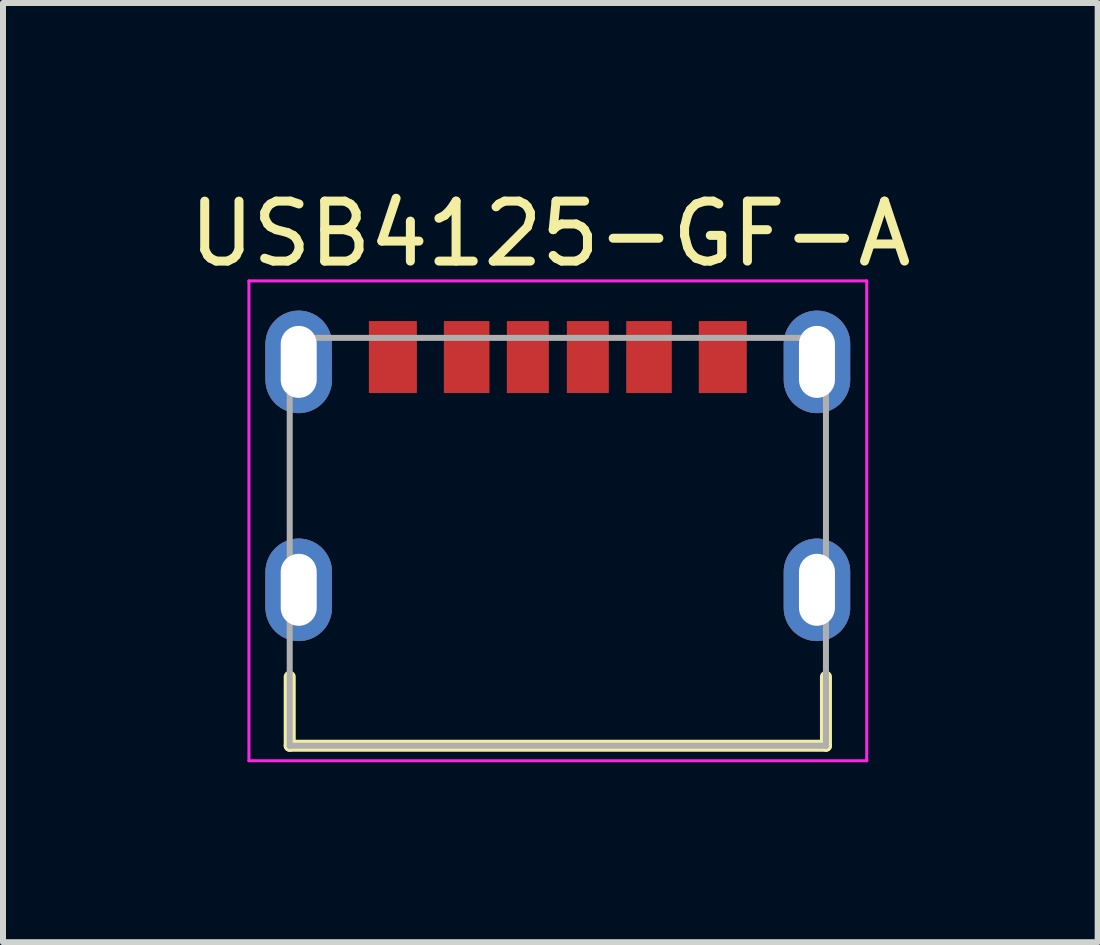
<source format=kicad_pcb>
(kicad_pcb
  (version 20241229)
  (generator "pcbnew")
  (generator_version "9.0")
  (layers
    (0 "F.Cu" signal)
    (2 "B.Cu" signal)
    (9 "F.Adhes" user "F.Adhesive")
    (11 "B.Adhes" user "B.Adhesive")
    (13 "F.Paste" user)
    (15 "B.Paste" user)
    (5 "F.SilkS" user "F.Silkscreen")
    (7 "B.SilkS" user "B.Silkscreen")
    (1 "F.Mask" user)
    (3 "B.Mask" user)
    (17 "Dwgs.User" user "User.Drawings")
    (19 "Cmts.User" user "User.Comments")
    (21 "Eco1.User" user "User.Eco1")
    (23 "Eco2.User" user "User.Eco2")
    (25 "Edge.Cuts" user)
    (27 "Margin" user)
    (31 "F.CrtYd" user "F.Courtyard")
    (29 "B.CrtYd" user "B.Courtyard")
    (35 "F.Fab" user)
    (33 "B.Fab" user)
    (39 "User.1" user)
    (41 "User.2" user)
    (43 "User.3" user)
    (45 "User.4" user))
  (footprint "USB4125-GF-A"
    (layer "F.Cu")
    (at 6.25 5.983)
    (property "Reference" "USB4125-GF-A" (at -0.125 -5.135 0) (layer "F.SilkS") (effects (font (size 1 1) (thickness 0.15))))
    (attr through_hole)
    (fp_poly (pts (xy -4.32 -3.85) (xy -4.349 -3.849) (xy -4.377 -3.847) (xy -4.406 -3.843) (xy -4.434 -3.838) (xy -4.462 -3.831) (xy -4.49 -3.823) (xy -4.517 -3.813) (xy -4.544 -3.802) (xy -4.57 -3.79) (xy -4.595 -3.776) (xy -4.62 -3.761) (xy -4.643 -3.745) (xy -4.666 -3.727) (xy -4.688 -3.709) (xy -4.709 -3.689) (xy -4.729 -3.668) (xy -4.747 -3.646) (xy -4.765 -3.623) (xy -4.781 -3.6) (xy -4.796 -3.575) (xy -4.81 -3.55) (xy -4.822 -3.524) (xy -4.833 -3.497) (xy -4.843 -3.47) (xy -4.851 -3.442) (xy -4.858 -3.414) (xy -4.863 -3.386) (xy -4.867 -3.357) (xy -4.869 -3.329) (xy -4.87 -3.3) (xy -4.87 -2.7) (xy -4.869 -2.671) (xy -4.867 -2.643) (xy -4.863 -2.614) (xy -4.858 -2.586) (xy -4.851 -2.558) (xy -4.843 -2.53) (xy -4.833 -2.503) (xy -4.822 -2.476) (xy -4.81 -2.45) (xy -4.796 -2.425) (xy -4.781 -2.4) (xy -4.765 -2.377) (xy -4.747 -2.354) (xy -4.729 -2.332) (xy -4.709 -2.311) (xy -4.688 -2.291) (xy -4.666 -2.273) (xy -4.643 -2.255) (xy -4.62 -2.239) (xy -4.595 -2.224) (xy -4.57 -2.21) (xy -4.544 -2.198) (xy -4.517 -2.187) (xy -4.49 -2.177) (xy -4.462 -2.169) (xy -4.434 -2.162) (xy -4.406 -2.157) (xy -4.377 -2.153) (xy -4.349 -2.151) (xy -4.32 -2.15) (xy -4.291 -2.151) (xy -4.263 -2.153) (xy -4.234 -2.157) (xy -4.206 -2.162) (xy -4.178 -2.169) (xy -4.15 -2.177) (xy -4.123 -2.187) (xy -4.096 -2.198) (xy -4.07 -2.21) (xy -4.045 -2.224) (xy -4.02 -2.239) (xy -3.997 -2.255) (xy -3.974 -2.273) (xy -3.952 -2.291) (xy -3.931 -2.311) (xy -3.911 -2.332) (xy -3.893 -2.354) (xy -3.875 -2.377) (xy -3.859 -2.4) (xy -3.844 -2.425) (xy -3.83 -2.45) (xy -3.818 -2.476) (xy -3.807 -2.503) (xy -3.797 -2.53) (xy -3.789 -2.558) (xy -3.782 -2.586) (xy -3.777 -2.614) (xy -3.773 -2.643) (xy -3.771 -2.671) (xy -3.77 -2.7) (xy -3.77 -3.3) (xy -3.771 -3.329) (xy -3.773 -3.357) (xy -3.777 -3.386) (xy -3.782 -3.414) (xy -3.789 -3.442) (xy -3.797 -3.47) (xy -3.807 -3.497) (xy -3.818 -3.524) (xy -3.83 -3.55) (xy -3.844 -3.575) (xy -3.859 -3.6) (xy -3.875 -3.623) (xy -3.893 -3.646) (xy -3.911 -3.668) (xy -3.931 -3.689) (xy -3.952 -3.709) (xy -3.974 -3.727) (xy -3.997 -3.745) (xy -4.02 -3.761) (xy -4.045 -3.776) (xy -4.07 -3.79) (xy -4.096 -3.802) (xy -4.123 -3.813) (xy -4.15 -3.823) (xy -4.178 -3.831) (xy -4.206 -3.838) (xy -4.234 -3.843) (xy -4.263 -3.847) (xy -4.291 -3.849) (xy -4.32 -3.85)) (stroke (width 0.01) (type solid)) (fill yes) (layer "F.Cu"))
    (fp_poly (pts (xy -4.32 -0.05) (xy -4.349 -0.049) (xy -4.377 -0.047) (xy -4.406 -0.043) (xy -4.434 -0.038) (xy -4.462 -0.031) (xy -4.49 -0.023) (xy -4.517 -0.013) (xy -4.544 -0.002) (xy -4.57 0.01) (xy -4.595 0.024) (xy -4.62 0.039) (xy -4.643 0.055) (xy -4.666 0.073) (xy -4.688 0.091) (xy -4.709 0.111) (xy -4.729 0.132) (xy -4.747 0.154) (xy -4.765 0.177) (xy -4.781 0.2) (xy -4.796 0.225) (xy -4.81 0.25) (xy -4.822 0.276) (xy -4.833 0.303) (xy -4.843 0.33) (xy -4.851 0.358) (xy -4.858 0.386) (xy -4.863 0.414) (xy -4.867 0.443) (xy -4.869 0.471) (xy -4.87 0.5) (xy -4.87 1.1) (xy -4.869 1.129) (xy -4.867 1.157) (xy -4.863 1.186) (xy -4.858 1.214) (xy -4.851 1.242) (xy -4.843 1.27) (xy -4.833 1.297) (xy -4.822 1.324) (xy -4.81 1.35) (xy -4.796 1.375) (xy -4.781 1.4) (xy -4.765 1.423) (xy -4.747 1.446) (xy -4.729 1.468) (xy -4.709 1.489) (xy -4.688 1.509) (xy -4.666 1.527) (xy -4.643 1.545) (xy -4.62 1.561) (xy -4.595 1.576) (xy -4.57 1.59) (xy -4.544 1.602) (xy -4.517 1.613) (xy -4.49 1.623) (xy -4.462 1.631) (xy -4.434 1.638) (xy -4.406 1.643) (xy -4.377 1.647) (xy -4.349 1.649) (xy -4.32 1.65) (xy -4.291 1.649) (xy -4.263 1.647) (xy -4.234 1.643) (xy -4.206 1.638) (xy -4.178 1.631) (xy -4.15 1.623) (xy -4.123 1.613) (xy -4.096 1.602) (xy -4.07 1.59) (xy -4.045 1.576) (xy -4.02 1.561) (xy -3.997 1.545) (xy -3.974 1.527) (xy -3.952 1.509) (xy -3.931 1.489) (xy -3.911 1.468) (xy -3.893 1.446) (xy -3.875 1.423) (xy -3.859 1.4) (xy -3.844 1.375) (xy -3.83 1.35) (xy -3.818 1.324) (xy -3.807 1.297) (xy -3.797 1.27) (xy -3.789 1.242) (xy -3.782 1.214) (xy -3.777 1.186) (xy -3.773 1.157) (xy -3.771 1.129) (xy -3.77 1.1) (xy -3.77 0.5) (xy -3.771 0.471) (xy -3.773 0.443) (xy -3.777 0.414) (xy -3.782 0.386) (xy -3.789 0.358) (xy -3.797 0.33) (xy -3.807 0.303) (xy -3.818 0.276) (xy -3.83 0.25) (xy -3.844 0.225) (xy -3.859 0.2) (xy -3.875 0.177) (xy -3.893 0.154) (xy -3.911 0.132) (xy -3.931 0.111) (xy -3.952 0.091) (xy -3.974 0.073) (xy -3.997 0.055) (xy -4.02 0.039) (xy -4.045 0.024) (xy -4.07 0.01) (xy -4.096 -0.002) (xy -4.123 -0.013) (xy -4.15 -0.023) (xy -4.178 -0.031) (xy -4.206 -0.038) (xy -4.234 -0.043) (xy -4.263 -0.047) (xy -4.291 -0.049) (xy -4.32 -0.05)) (stroke (width 0.01) (type solid)) (fill yes) (layer "F.Cu"))
    (fp_poly (pts (xy 4.32 -3.85) (xy 4.291 -3.849) (xy 4.263 -3.847) (xy 4.234 -3.843) (xy 4.206 -3.838) (xy 4.178 -3.831) (xy 4.15 -3.823) (xy 4.123 -3.813) (xy 4.096 -3.802) (xy 4.07 -3.79) (xy 4.045 -3.776) (xy 4.02 -3.761) (xy 3.997 -3.745) (xy 3.974 -3.727) (xy 3.952 -3.709) (xy 3.931 -3.689) (xy 3.911 -3.668) (xy 3.893 -3.646) (xy 3.875 -3.623) (xy 3.859 -3.6) (xy 3.844 -3.575) (xy 3.83 -3.55) (xy 3.818 -3.524) (xy 3.807 -3.497) (xy 3.797 -3.47) (xy 3.789 -3.442) (xy 3.782 -3.414) (xy 3.777 -3.386) (xy 3.773 -3.357) (xy 3.771 -3.329) (xy 3.77 -3.3) (xy 3.77 -2.7) (xy 3.771 -2.671) (xy 3.773 -2.643) (xy 3.777 -2.614) (xy 3.782 -2.586) (xy 3.789 -2.558) (xy 3.797 -2.53) (xy 3.807 -2.503) (xy 3.818 -2.476) (xy 3.83 -2.45) (xy 3.844 -2.425) (xy 3.859 -2.4) (xy 3.875 -2.377) (xy 3.893 -2.354) (xy 3.911 -2.332) (xy 3.931 -2.311) (xy 3.952 -2.291) (xy 3.974 -2.273) (xy 3.997 -2.255) (xy 4.02 -2.239) (xy 4.045 -2.224) (xy 4.07 -2.21) (xy 4.096 -2.198) (xy 4.123 -2.187) (xy 4.15 -2.177) (xy 4.178 -2.169) (xy 4.206 -2.162) (xy 4.234 -2.157) (xy 4.263 -2.153) (xy 4.291 -2.151) (xy 4.32 -2.15) (xy 4.349 -2.151) (xy 4.377 -2.153) (xy 4.406 -2.157) (xy 4.434 -2.162) (xy 4.462 -2.169) (xy 4.49 -2.177) (xy 4.517 -2.187) (xy 4.544 -2.198) (xy 4.57 -2.21) (xy 4.595 -2.224) (xy 4.62 -2.239) (xy 4.643 -2.255) (xy 4.666 -2.273) (xy 4.688 -2.291) (xy 4.709 -2.311) (xy 4.729 -2.332) (xy 4.747 -2.354) (xy 4.765 -2.377) (xy 4.781 -2.4) (xy 4.796 -2.425) (xy 4.81 -2.45) (xy 4.822 -2.476) (xy 4.833 -2.503) (xy 4.843 -2.53) (xy 4.851 -2.558) (xy 4.858 -2.586) (xy 4.863 -2.614) (xy 4.867 -2.643) (xy 4.869 -2.671) (xy 4.87 -2.7) (xy 4.87 -3.3) (xy 4.869 -3.329) (xy 4.867 -3.357) (xy 4.863 -3.386) (xy 4.858 -3.414) (xy 4.851 -3.442) (xy 4.843 -3.47) (xy 4.833 -3.497) (xy 4.822 -3.524) (xy 4.81 -3.55) (xy 4.796 -3.575) (xy 4.781 -3.6) (xy 4.765 -3.623) (xy 4.747 -3.646) (xy 4.729 -3.668) (xy 4.709 -3.689) (xy 4.688 -3.709) (xy 4.666 -3.727) (xy 4.643 -3.745) (xy 4.62 -3.761) (xy 4.595 -3.776) (xy 4.57 -3.79) (xy 4.544 -3.802) (xy 4.517 -3.813) (xy 4.49 -3.823) (xy 4.462 -3.831) (xy 4.434 -3.838) (xy 4.406 -3.843) (xy 4.377 -3.847) (xy 4.349 -3.849) (xy 4.32 -3.85)) (stroke (width 0.01) (type solid)) (fill yes) (layer "F.Cu"))
    (fp_poly (pts (xy 4.32 -0.05) (xy 4.291 -0.049) (xy 4.263 -0.047) (xy 4.234 -0.043) (xy 4.206 -0.038) (xy 4.178 -0.031) (xy 4.15 -0.023) (xy 4.123 -0.013) (xy 4.096 -0.002) (xy 4.07 0.01) (xy 4.045 0.024) (xy 4.02 0.039) (xy 3.997 0.055) (xy 3.974 0.073) (xy 3.952 0.091) (xy 3.931 0.111) (xy 3.911 0.132) (xy 3.893 0.154) (xy 3.875 0.177) (xy 3.859 0.2) (xy 3.844 0.225) (xy 3.83 0.25) (xy 3.818 0.276) (xy 3.807 0.303) (xy 3.797 0.33) (xy 3.789 0.358) (xy 3.782 0.386) (xy 3.777 0.414) (xy 3.773 0.443) (xy 3.771 0.471) (xy 3.77 0.5) (xy 3.77 1.1) (xy 3.771 1.129) (xy 3.773 1.157) (xy 3.777 1.186) (xy 3.782 1.214) (xy 3.789 1.242) (xy 3.797 1.27) (xy 3.807 1.297) (xy 3.818 1.324) (xy 3.83 1.35) (xy 3.844 1.375) (xy 3.859 1.4) (xy 3.875 1.423) (xy 3.893 1.446) (xy 3.911 1.468) (xy 3.931 1.489) (xy 3.952 1.509) (xy 3.974 1.527) (xy 3.997 1.545) (xy 4.02 1.561) (xy 4.045 1.576) (xy 4.07 1.59) (xy 4.096 1.602) (xy 4.123 1.613) (xy 4.15 1.623) (xy 4.178 1.631) (xy 4.206 1.638) (xy 4.234 1.643) (xy 4.263 1.647) (xy 4.291 1.649) (xy 4.32 1.65) (xy 4.349 1.649) (xy 4.377 1.647) (xy 4.406 1.643) (xy 4.434 1.638) (xy 4.462 1.631) (xy 4.49 1.623) (xy 4.517 1.613) (xy 4.544 1.602) (xy 4.57 1.59) (xy 4.595 1.576) (xy 4.62 1.561) (xy 4.643 1.545) (xy 4.666 1.527) (xy 4.688 1.509) (xy 4.709 1.489) (xy 4.729 1.468) (xy 4.747 1.446) (xy 4.765 1.423) (xy 4.781 1.4) (xy 4.796 1.375) (xy 4.81 1.35) (xy 4.822 1.324) (xy 4.833 1.297) (xy 4.843 1.27) (xy 4.851 1.242) (xy 4.858 1.214) (xy 4.863 1.186) (xy 4.867 1.157) (xy 4.869 1.129) (xy 4.87 1.1) (xy 4.87 0.5) (xy 4.869 0.471) (xy 4.867 0.443) (xy 4.863 0.414) (xy 4.858 0.386) (xy 4.851 0.358) (xy 4.843 0.33) (xy 4.833 0.303) (xy 4.822 0.276) (xy 4.81 0.25) (xy 4.796 0.225) (xy 4.781 0.2) (xy 4.765 0.177) (xy 4.747 0.154) (xy 4.729 0.132) (xy 4.709 0.111) (xy 4.688 0.091) (xy 4.666 0.073) (xy 4.643 0.055) (xy 4.62 0.039) (xy 4.595 0.024) (xy 4.57 0.01) (xy 4.544 -0.002) (xy 4.517 -0.013) (xy 4.49 -0.023) (xy 4.462 -0.031) (xy 4.434 -0.038) (xy 4.406 -0.043) (xy 4.377 -0.047) (xy 4.349 -0.049) (xy 4.32 -0.05)) (stroke (width 0.01) (type solid)) (fill yes) (layer "F.Cu"))
    (fp_poly (pts (xy -4.32 -3.95) (xy -4.354 -3.949) (xy -4.388 -3.946) (xy -4.422 -3.942) (xy -4.455 -3.936) (xy -4.488 -3.928) (xy -4.521 -3.918) (xy -4.553 -3.907) (xy -4.584 -3.894) (xy -4.615 -3.879) (xy -4.645 -3.863) (xy -4.674 -3.845) (xy -4.702 -3.826) (xy -4.729 -3.805) (xy -4.755 -3.783) (xy -4.78 -3.76) (xy -4.803 -3.735) (xy -4.825 -3.709) (xy -4.846 -3.682) (xy -4.865 -3.654) (xy -4.883 -3.625) (xy -4.899 -3.595) (xy -4.914 -3.564) (xy -4.927 -3.533) (xy -4.938 -3.501) (xy -4.948 -3.468) (xy -4.956 -3.435) (xy -4.962 -3.402) (xy -4.966 -3.368) (xy -4.969 -3.334) (xy -4.97 -3.3) (xy -4.97 -2.7) (xy -4.969 -2.666) (xy -4.966 -2.632) (xy -4.962 -2.598) (xy -4.956 -2.565) (xy -4.948 -2.532) (xy -4.938 -2.499) (xy -4.927 -2.467) (xy -4.914 -2.436) (xy -4.899 -2.405) (xy -4.883 -2.375) (xy -4.865 -2.346) (xy -4.846 -2.318) (xy -4.825 -2.291) (xy -4.803 -2.265) (xy -4.78 -2.24) (xy -4.755 -2.217) (xy -4.729 -2.195) (xy -4.702 -2.174) (xy -4.674 -2.155) (xy -4.645 -2.137) (xy -4.615 -2.121) (xy -4.584 -2.106) (xy -4.553 -2.093) (xy -4.521 -2.082) (xy -4.488 -2.072) (xy -4.455 -2.064) (xy -4.422 -2.058) (xy -4.388 -2.054) (xy -4.354 -2.051) (xy -4.32 -2.05) (xy -4.286 -2.051) (xy -4.252 -2.054) (xy -4.218 -2.058) (xy -4.185 -2.064) (xy -4.152 -2.072) (xy -4.119 -2.082) (xy -4.087 -2.093) (xy -4.056 -2.106) (xy -4.025 -2.121) (xy -3.995 -2.137) (xy -3.966 -2.155) (xy -3.938 -2.174) (xy -3.911 -2.195) (xy -3.885 -2.217) (xy -3.86 -2.24) (xy -3.837 -2.265) (xy -3.815 -2.291) (xy -3.794 -2.318) (xy -3.775 -2.346) (xy -3.757 -2.375) (xy -3.741 -2.405) (xy -3.726 -2.436) (xy -3.713 -2.467) (xy -3.702 -2.499) (xy -3.692 -2.532) (xy -3.684 -2.565) (xy -3.678 -2.598) (xy -3.674 -2.632) (xy -3.671 -2.666) (xy -3.67 -2.7) (xy -3.67 -3.3) (xy -3.671 -3.334) (xy -3.674 -3.368) (xy -3.678 -3.402) (xy -3.684 -3.435) (xy -3.692 -3.468) (xy -3.702 -3.501) (xy -3.713 -3.533) (xy -3.726 -3.564) (xy -3.741 -3.595) (xy -3.757 -3.625) (xy -3.775 -3.654) (xy -3.794 -3.682) (xy -3.815 -3.709) (xy -3.837 -3.735) (xy -3.86 -3.76) (xy -3.885 -3.783) (xy -3.911 -3.805) (xy -3.938 -3.826) (xy -3.966 -3.845) (xy -3.995 -3.863) (xy -4.025 -3.879) (xy -4.056 -3.894) (xy -4.087 -3.907) (xy -4.119 -3.918) (xy -4.152 -3.928) (xy -4.185 -3.936) (xy -4.218 -3.942) (xy -4.252 -3.946) (xy -4.286 -3.949) (xy -4.32 -3.95)) (stroke (width 0.01) (type solid)) (fill yes) (layer "F.Mask"))
    (fp_poly (pts (xy -4.32 -0.15) (xy -4.354 -0.149) (xy -4.388 -0.146) (xy -4.422 -0.142) (xy -4.455 -0.136) (xy -4.488 -0.128) (xy -4.521 -0.118) (xy -4.553 -0.107) (xy -4.584 -0.094) (xy -4.615 -0.079) (xy -4.645 -0.063) (xy -4.674 -0.045) (xy -4.702 -0.026) (xy -4.729 -0.005) (xy -4.755 0.017) (xy -4.78 0.04) (xy -4.803 0.065) (xy -4.825 0.091) (xy -4.846 0.118) (xy -4.865 0.146) (xy -4.883 0.175) (xy -4.899 0.205) (xy -4.914 0.236) (xy -4.927 0.267) (xy -4.938 0.299) (xy -4.948 0.332) (xy -4.956 0.365) (xy -4.962 0.398) (xy -4.966 0.432) (xy -4.969 0.466) (xy -4.97 0.5) (xy -4.97 1.1) (xy -4.969 1.134) (xy -4.966 1.168) (xy -4.962 1.202) (xy -4.956 1.235) (xy -4.948 1.268) (xy -4.938 1.301) (xy -4.927 1.333) (xy -4.914 1.364) (xy -4.899 1.395) (xy -4.883 1.425) (xy -4.865 1.454) (xy -4.846 1.482) (xy -4.825 1.509) (xy -4.803 1.535) (xy -4.78 1.56) (xy -4.755 1.583) (xy -4.729 1.605) (xy -4.702 1.626) (xy -4.674 1.645) (xy -4.645 1.663) (xy -4.615 1.679) (xy -4.584 1.694) (xy -4.553 1.707) (xy -4.521 1.718) (xy -4.488 1.728) (xy -4.455 1.736) (xy -4.422 1.742) (xy -4.388 1.746) (xy -4.354 1.749) (xy -4.32 1.75) (xy -4.286 1.749) (xy -4.252 1.746) (xy -4.218 1.742) (xy -4.185 1.736) (xy -4.152 1.728) (xy -4.119 1.718) (xy -4.087 1.707) (xy -4.056 1.694) (xy -4.025 1.679) (xy -3.995 1.663) (xy -3.966 1.645) (xy -3.938 1.626) (xy -3.911 1.605) (xy -3.885 1.583) (xy -3.86 1.56) (xy -3.837 1.535) (xy -3.815 1.509) (xy -3.794 1.482) (xy -3.775 1.454) (xy -3.757 1.425) (xy -3.741 1.395) (xy -3.726 1.364) (xy -3.713 1.333) (xy -3.702 1.301) (xy -3.692 1.268) (xy -3.684 1.235) (xy -3.678 1.202) (xy -3.674 1.168) (xy -3.671 1.134) (xy -3.67 1.1) (xy -3.67 0.5) (xy -3.671 0.466) (xy -3.674 0.432) (xy -3.678 0.398) (xy -3.684 0.365) (xy -3.692 0.332) (xy -3.702 0.299) (xy -3.713 0.267) (xy -3.726 0.236) (xy -3.741 0.205) (xy -3.757 0.175) (xy -3.775 0.146) (xy -3.794 0.118) (xy -3.815 0.091) (xy -3.837 0.065) (xy -3.86 0.04) (xy -3.885 0.017) (xy -3.911 -0.005) (xy -3.938 -0.026) (xy -3.966 -0.045) (xy -3.995 -0.063) (xy -4.025 -0.079) (xy -4.056 -0.094) (xy -4.087 -0.107) (xy -4.119 -0.118) (xy -4.152 -0.128) (xy -4.185 -0.136) (xy -4.218 -0.142) (xy -4.252 -0.146) (xy -4.286 -0.149) (xy -4.32 -0.15)) (stroke (width 0.01) (type solid)) (fill yes) (layer "F.Mask"))
    (fp_poly (pts (xy 4.32 -3.95) (xy 4.286 -3.949) (xy 4.252 -3.946) (xy 4.218 -3.942) (xy 4.185 -3.936) (xy 4.152 -3.928) (xy 4.119 -3.918) (xy 4.087 -3.907) (xy 4.056 -3.894) (xy 4.025 -3.879) (xy 3.995 -3.863) (xy 3.966 -3.845) (xy 3.938 -3.826) (xy 3.911 -3.805) (xy 3.885 -3.783) (xy 3.86 -3.76) (xy 3.837 -3.735) (xy 3.815 -3.709) (xy 3.794 -3.682) (xy 3.775 -3.654) (xy 3.757 -3.625) (xy 3.741 -3.595) (xy 3.726 -3.564) (xy 3.713 -3.533) (xy 3.702 -3.501) (xy 3.692 -3.468) (xy 3.684 -3.435) (xy 3.678 -3.402) (xy 3.674 -3.368) (xy 3.671 -3.334) (xy 3.67 -3.3) (xy 3.67 -2.7) (xy 3.671 -2.666) (xy 3.674 -2.632) (xy 3.678 -2.598) (xy 3.684 -2.565) (xy 3.692 -2.532) (xy 3.702 -2.499) (xy 3.713 -2.467) (xy 3.726 -2.436) (xy 3.741 -2.405) (xy 3.757 -2.375) (xy 3.775 -2.346) (xy 3.794 -2.318) (xy 3.815 -2.291) (xy 3.837 -2.265) (xy 3.86 -2.24) (xy 3.885 -2.217) (xy 3.911 -2.195) (xy 3.938 -2.174) (xy 3.966 -2.155) (xy 3.995 -2.137) (xy 4.025 -2.121) (xy 4.056 -2.106) (xy 4.087 -2.093) (xy 4.119 -2.082) (xy 4.152 -2.072) (xy 4.185 -2.064) (xy 4.218 -2.058) (xy 4.252 -2.054) (xy 4.286 -2.051) (xy 4.32 -2.05) (xy 4.354 -2.051) (xy 4.388 -2.054) (xy 4.422 -2.058) (xy 4.455 -2.064) (xy 4.488 -2.072) (xy 4.521 -2.082) (xy 4.553 -2.093) (xy 4.584 -2.106) (xy 4.615 -2.121) (xy 4.645 -2.137) (xy 4.674 -2.155) (xy 4.702 -2.174) (xy 4.729 -2.195) (xy 4.755 -2.217) (xy 4.78 -2.24) (xy 4.803 -2.265) (xy 4.825 -2.291) (xy 4.846 -2.318) (xy 4.865 -2.346) (xy 4.883 -2.375) (xy 4.899 -2.405) (xy 4.914 -2.436) (xy 4.927 -2.467) (xy 4.938 -2.499) (xy 4.948 -2.532) (xy 4.956 -2.565) (xy 4.962 -2.598) (xy 4.966 -2.632) (xy 4.969 -2.666) (xy 4.97 -2.7) (xy 4.97 -3.3) (xy 4.969 -3.334) (xy 4.966 -3.368) (xy 4.962 -3.402) (xy 4.956 -3.435) (xy 4.948 -3.468) (xy 4.938 -3.501) (xy 4.927 -3.533) (xy 4.914 -3.564) (xy 4.899 -3.595) (xy 4.883 -3.625) (xy 4.865 -3.654) (xy 4.846 -3.682) (xy 4.825 -3.709) (xy 4.803 -3.735) (xy 4.78 -3.76) (xy 4.755 -3.783) (xy 4.729 -3.805) (xy 4.702 -3.826) (xy 4.674 -3.845) (xy 4.645 -3.863) (xy 4.615 -3.879) (xy 4.584 -3.894) (xy 4.553 -3.907) (xy 4.521 -3.918) (xy 4.488 -3.928) (xy 4.455 -3.936) (xy 4.422 -3.942) (xy 4.388 -3.946) (xy 4.354 -3.949) (xy 4.32 -3.95)) (stroke (width 0.01) (type solid)) (fill yes) (layer "F.Mask"))
    (fp_poly (pts (xy 4.32 -0.15) (xy 4.286 -0.149) (xy 4.252 -0.146) (xy 4.218 -0.142) (xy 4.185 -0.136) (xy 4.152 -0.128) (xy 4.119 -0.118) (xy 4.087 -0.107) (xy 4.056 -0.094) (xy 4.025 -0.079) (xy 3.995 -0.063) (xy 3.966 -0.045) (xy 3.938 -0.026) (xy 3.911 -0.005) (xy 3.885 0.017) (xy 3.86 0.04) (xy 3.837 0.065) (xy 3.815 0.091) (xy 3.794 0.118) (xy 3.775 0.146) (xy 3.757 0.175) (xy 3.741 0.205) (xy 3.726 0.236) (xy 3.713 0.267) (xy 3.702 0.299) (xy 3.692 0.332) (xy 3.684 0.365) (xy 3.678 0.398) (xy 3.674 0.432) (xy 3.671 0.466) (xy 3.67 0.5) (xy 3.67 1.1) (xy 3.671 1.134) (xy 3.674 1.168) (xy 3.678 1.202) (xy 3.684 1.235) (xy 3.692 1.268) (xy 3.702 1.301) (xy 3.713 1.333) (xy 3.726 1.364) (xy 3.741 1.395) (xy 3.757 1.425) (xy 3.775 1.454) (xy 3.794 1.482) (xy 3.815 1.509) (xy 3.837 1.535) (xy 3.86 1.56) (xy 3.885 1.583) (xy 3.911 1.605) (xy 3.938 1.626) (xy 3.966 1.645) (xy 3.995 1.663) (xy 4.025 1.679) (xy 4.056 1.694) (xy 4.087 1.707) (xy 4.119 1.718) (xy 4.152 1.728) (xy 4.185 1.736) (xy 4.218 1.742) (xy 4.252 1.746) (xy 4.286 1.749) (xy 4.32 1.75) (xy 4.354 1.749) (xy 4.388 1.746) (xy 4.422 1.742) (xy 4.455 1.736) (xy 4.488 1.728) (xy 4.521 1.718) (xy 4.553 1.707) (xy 4.584 1.694) (xy 4.615 1.679) (xy 4.645 1.663) (xy 4.674 1.645) (xy 4.702 1.626) (xy 4.729 1.605) (xy 4.755 1.583) (xy 4.78 1.56) (xy 4.803 1.535) (xy 4.825 1.509) (xy 4.846 1.482) (xy 4.865 1.454) (xy 4.883 1.425) (xy 4.899 1.395) (xy 4.914 1.364) (xy 4.927 1.333) (xy 4.938 1.301) (xy 4.948 1.268) (xy 4.956 1.235) (xy 4.962 1.202) (xy 4.966 1.168) (xy 4.969 1.134) (xy 4.97 1.1) (xy 4.97 0.5) (xy 4.969 0.466) (xy 4.966 0.432) (xy 4.962 0.398) (xy 4.956 0.365) (xy 4.948 0.332) (xy 4.938 0.299) (xy 4.927 0.267) (xy 4.914 0.236) (xy 4.899 0.205) (xy 4.883 0.175) (xy 4.865 0.146) (xy 4.846 0.118) (xy 4.825 0.091) (xy 4.803 0.065) (xy 4.78 0.04) (xy 4.755 0.017) (xy 4.729 -0.005) (xy 4.702 -0.026) (xy 4.674 -0.045) (xy 4.645 -0.063) (xy 4.615 -0.079) (xy 4.584 -0.094) (xy 4.553 -0.107) (xy 4.521 -0.118) (xy 4.488 -0.128) (xy 4.455 -0.136) (xy 4.422 -0.142) (xy 4.388 -0.146) (xy 4.354 -0.149) (xy 4.32 -0.15)) (stroke (width 0.01) (type solid)) (fill yes) (layer "F.Mask"))
    (fp_poly (pts (xy -4.32 -3.85) (xy -4.349 -3.849) (xy -4.377 -3.847) (xy -4.406 -3.843) (xy -4.434 -3.838) (xy -4.462 -3.831) (xy -4.49 -3.823) (xy -4.517 -3.813) (xy -4.544 -3.802) (xy -4.57 -3.79) (xy -4.595 -3.776) (xy -4.62 -3.761) (xy -4.643 -3.745) (xy -4.666 -3.727) (xy -4.688 -3.709) (xy -4.709 -3.689) (xy -4.729 -3.668) (xy -4.747 -3.646) (xy -4.765 -3.623) (xy -4.781 -3.6) (xy -4.796 -3.575) (xy -4.81 -3.55) (xy -4.822 -3.524) (xy -4.833 -3.497) (xy -4.843 -3.47) (xy -4.851 -3.442) (xy -4.858 -3.414) (xy -4.863 -3.386) (xy -4.867 -3.357) (xy -4.869 -3.329) (xy -4.87 -3.3) (xy -4.87 -2.7) (xy -4.869 -2.671) (xy -4.867 -2.643) (xy -4.863 -2.614) (xy -4.858 -2.586) (xy -4.851 -2.558) (xy -4.843 -2.53) (xy -4.833 -2.503) (xy -4.822 -2.476) (xy -4.81 -2.45) (xy -4.796 -2.425) (xy -4.781 -2.4) (xy -4.765 -2.377) (xy -4.747 -2.354) (xy -4.729 -2.332) (xy -4.709 -2.311) (xy -4.688 -2.291) (xy -4.666 -2.273) (xy -4.643 -2.255) (xy -4.62 -2.239) (xy -4.595 -2.224) (xy -4.57 -2.21) (xy -4.544 -2.198) (xy -4.517 -2.187) (xy -4.49 -2.177) (xy -4.462 -2.169) (xy -4.434 -2.162) (xy -4.406 -2.157) (xy -4.377 -2.153) (xy -4.349 -2.151) (xy -4.32 -2.15) (xy -4.291 -2.151) (xy -4.263 -2.153) (xy -4.234 -2.157) (xy -4.206 -2.162) (xy -4.178 -2.169) (xy -4.15 -2.177) (xy -4.123 -2.187) (xy -4.096 -2.198) (xy -4.07 -2.21) (xy -4.045 -2.224) (xy -4.02 -2.239) (xy -3.997 -2.255) (xy -3.974 -2.273) (xy -3.952 -2.291) (xy -3.931 -2.311) (xy -3.911 -2.332) (xy -3.893 -2.354) (xy -3.875 -2.377) (xy -3.859 -2.4) (xy -3.844 -2.425) (xy -3.83 -2.45) (xy -3.818 -2.476) (xy -3.807 -2.503) (xy -3.797 -2.53) (xy -3.789 -2.558) (xy -3.782 -2.586) (xy -3.777 -2.614) (xy -3.773 -2.643) (xy -3.771 -2.671) (xy -3.77 -2.7) (xy -3.77 -3.3) (xy -3.771 -3.329) (xy -3.773 -3.357) (xy -3.777 -3.386) (xy -3.782 -3.414) (xy -3.789 -3.442) (xy -3.797 -3.47) (xy -3.807 -3.497) (xy -3.818 -3.524) (xy -3.83 -3.55) (xy -3.844 -3.575) (xy -3.859 -3.6) (xy -3.875 -3.623) (xy -3.893 -3.646) (xy -3.911 -3.668) (xy -3.931 -3.689) (xy -3.952 -3.709) (xy -3.974 -3.727) (xy -3.997 -3.745) (xy -4.02 -3.761) (xy -4.045 -3.776) (xy -4.07 -3.79) (xy -4.096 -3.802) (xy -4.123 -3.813) (xy -4.15 -3.823) (xy -4.178 -3.831) (xy -4.206 -3.838) (xy -4.234 -3.843) (xy -4.263 -3.847) (xy -4.291 -3.849) (xy -4.32 -3.85)) (stroke (width 0.01) (type solid)) (fill yes) (layer "B.Cu"))
    (fp_poly (pts (xy -4.32 -0.05) (xy -4.349 -0.049) (xy -4.377 -0.047) (xy -4.406 -0.043) (xy -4.434 -0.038) (xy -4.462 -0.031) (xy -4.49 -0.023) (xy -4.517 -0.013) (xy -4.544 -0.002) (xy -4.57 0.01) (xy -4.595 0.024) (xy -4.62 0.039) (xy -4.643 0.055) (xy -4.666 0.073) (xy -4.688 0.091) (xy -4.709 0.111) (xy -4.729 0.132) (xy -4.747 0.154) (xy -4.765 0.177) (xy -4.781 0.2) (xy -4.796 0.225) (xy -4.81 0.25) (xy -4.822 0.276) (xy -4.833 0.303) (xy -4.843 0.33) (xy -4.851 0.358) (xy -4.858 0.386) (xy -4.863 0.414) (xy -4.867 0.443) (xy -4.869 0.471) (xy -4.87 0.5) (xy -4.87 1.1) (xy -4.869 1.129) (xy -4.867 1.157) (xy -4.863 1.186) (xy -4.858 1.214) (xy -4.851 1.242) (xy -4.843 1.27) (xy -4.833 1.297) (xy -4.822 1.324) (xy -4.81 1.35) (xy -4.796 1.375) (xy -4.781 1.4) (xy -4.765 1.423) (xy -4.747 1.446) (xy -4.729 1.468) (xy -4.709 1.489) (xy -4.688 1.509) (xy -4.666 1.527) (xy -4.643 1.545) (xy -4.62 1.561) (xy -4.595 1.576) (xy -4.57 1.59) (xy -4.544 1.602) (xy -4.517 1.613) (xy -4.49 1.623) (xy -4.462 1.631) (xy -4.434 1.638) (xy -4.406 1.643) (xy -4.377 1.647) (xy -4.349 1.649) (xy -4.32 1.65) (xy -4.291 1.649) (xy -4.263 1.647) (xy -4.234 1.643) (xy -4.206 1.638) (xy -4.178 1.631) (xy -4.15 1.623) (xy -4.123 1.613) (xy -4.096 1.602) (xy -4.07 1.59) (xy -4.045 1.576) (xy -4.02 1.561) (xy -3.997 1.545) (xy -3.974 1.527) (xy -3.952 1.509) (xy -3.931 1.489) (xy -3.911 1.468) (xy -3.893 1.446) (xy -3.875 1.423) (xy -3.859 1.4) (xy -3.844 1.375) (xy -3.83 1.35) (xy -3.818 1.324) (xy -3.807 1.297) (xy -3.797 1.27) (xy -3.789 1.242) (xy -3.782 1.214) (xy -3.777 1.186) (xy -3.773 1.157) (xy -3.771 1.129) (xy -3.77 1.1) (xy -3.77 0.5) (xy -3.771 0.471) (xy -3.773 0.443) (xy -3.777 0.414) (xy -3.782 0.386) (xy -3.789 0.358) (xy -3.797 0.33) (xy -3.807 0.303) (xy -3.818 0.276) (xy -3.83 0.25) (xy -3.844 0.225) (xy -3.859 0.2) (xy -3.875 0.177) (xy -3.893 0.154) (xy -3.911 0.132) (xy -3.931 0.111) (xy -3.952 0.091) (xy -3.974 0.073) (xy -3.997 0.055) (xy -4.02 0.039) (xy -4.045 0.024) (xy -4.07 0.01) (xy -4.096 -0.002) (xy -4.123 -0.013) (xy -4.15 -0.023) (xy -4.178 -0.031) (xy -4.206 -0.038) (xy -4.234 -0.043) (xy -4.263 -0.047) (xy -4.291 -0.049) (xy -4.32 -0.05)) (stroke (width 0.01) (type solid)) (fill yes) (layer "B.Cu"))
    (fp_poly (pts (xy 4.32 -3.85) (xy 4.291 -3.849) (xy 4.263 -3.847) (xy 4.234 -3.843) (xy 4.206 -3.838) (xy 4.178 -3.831) (xy 4.15 -3.823) (xy 4.123 -3.813) (xy 4.096 -3.802) (xy 4.07 -3.79) (xy 4.045 -3.776) (xy 4.02 -3.761) (xy 3.997 -3.745) (xy 3.974 -3.727) (xy 3.952 -3.709) (xy 3.931 -3.689) (xy 3.911 -3.668) (xy 3.893 -3.646) (xy 3.875 -3.623) (xy 3.859 -3.6) (xy 3.844 -3.575) (xy 3.83 -3.55) (xy 3.818 -3.524) (xy 3.807 -3.497) (xy 3.797 -3.47) (xy 3.789 -3.442) (xy 3.782 -3.414) (xy 3.777 -3.386) (xy 3.773 -3.357) (xy 3.771 -3.329) (xy 3.77 -3.3) (xy 3.77 -2.7) (xy 3.771 -2.671) (xy 3.773 -2.643) (xy 3.777 -2.614) (xy 3.782 -2.586) (xy 3.789 -2.558) (xy 3.797 -2.53) (xy 3.807 -2.503) (xy 3.818 -2.476) (xy 3.83 -2.45) (xy 3.844 -2.425) (xy 3.859 -2.4) (xy 3.875 -2.377) (xy 3.893 -2.354) (xy 3.911 -2.332) (xy 3.931 -2.311) (xy 3.952 -2.291) (xy 3.974 -2.273) (xy 3.997 -2.255) (xy 4.02 -2.239) (xy 4.045 -2.224) (xy 4.07 -2.21) (xy 4.096 -2.198) (xy 4.123 -2.187) (xy 4.15 -2.177) (xy 4.178 -2.169) (xy 4.206 -2.162) (xy 4.234 -2.157) (xy 4.263 -2.153) (xy 4.291 -2.151) (xy 4.32 -2.15) (xy 4.349 -2.151) (xy 4.377 -2.153) (xy 4.406 -2.157) (xy 4.434 -2.162) (xy 4.462 -2.169) (xy 4.49 -2.177) (xy 4.517 -2.187) (xy 4.544 -2.198) (xy 4.57 -2.21) (xy 4.595 -2.224) (xy 4.62 -2.239) (xy 4.643 -2.255) (xy 4.666 -2.273) (xy 4.688 -2.291) (xy 4.709 -2.311) (xy 4.729 -2.332) (xy 4.747 -2.354) (xy 4.765 -2.377) (xy 4.781 -2.4) (xy 4.796 -2.425) (xy 4.81 -2.45) (xy 4.822 -2.476) (xy 4.833 -2.503) (xy 4.843 -2.53) (xy 4.851 -2.558) (xy 4.858 -2.586) (xy 4.863 -2.614) (xy 4.867 -2.643) (xy 4.869 -2.671) (xy 4.87 -2.7) (xy 4.87 -3.3) (xy 4.869 -3.329) (xy 4.867 -3.357) (xy 4.863 -3.386) (xy 4.858 -3.414) (xy 4.851 -3.442) (xy 4.843 -3.47) (xy 4.833 -3.497) (xy 4.822 -3.524) (xy 4.81 -3.55) (xy 4.796 -3.575) (xy 4.781 -3.6) (xy 4.765 -3.623) (xy 4.747 -3.646) (xy 4.729 -3.668) (xy 4.709 -3.689) (xy 4.688 -3.709) (xy 4.666 -3.727) (xy 4.643 -3.745) (xy 4.62 -3.761) (xy 4.595 -3.776) (xy 4.57 -3.79) (xy 4.544 -3.802) (xy 4.517 -3.813) (xy 4.49 -3.823) (xy 4.462 -3.831) (xy 4.434 -3.838) (xy 4.406 -3.843) (xy 4.377 -3.847) (xy 4.349 -3.849) (xy 4.32 -3.85)) (stroke (width 0.01) (type solid)) (fill yes) (layer "B.Cu"))
    (fp_poly (pts (xy 4.32 -0.05) (xy 4.291 -0.049) (xy 4.263 -0.047) (xy 4.234 -0.043) (xy 4.206 -0.038) (xy 4.178 -0.031) (xy 4.15 -0.023) (xy 4.123 -0.013) (xy 4.096 -0.002) (xy 4.07 0.01) (xy 4.045 0.024) (xy 4.02 0.039) (xy 3.997 0.055) (xy 3.974 0.073) (xy 3.952 0.091) (xy 3.931 0.111) (xy 3.911 0.132) (xy 3.893 0.154) (xy 3.875 0.177) (xy 3.859 0.2) (xy 3.844 0.225) (xy 3.83 0.25) (xy 3.818 0.276) (xy 3.807 0.303) (xy 3.797 0.33) (xy 3.789 0.358) (xy 3.782 0.386) (xy 3.777 0.414) (xy 3.773 0.443) (xy 3.771 0.471) (xy 3.77 0.5) (xy 3.77 1.1) (xy 3.771 1.129) (xy 3.773 1.157) (xy 3.777 1.186) (xy 3.782 1.214) (xy 3.789 1.242) (xy 3.797 1.27) (xy 3.807 1.297) (xy 3.818 1.324) (xy 3.83 1.35) (xy 3.844 1.375) (xy 3.859 1.4) (xy 3.875 1.423) (xy 3.893 1.446) (xy 3.911 1.468) (xy 3.931 1.489) (xy 3.952 1.509) (xy 3.974 1.527) (xy 3.997 1.545) (xy 4.02 1.561) (xy 4.045 1.576) (xy 4.07 1.59) (xy 4.096 1.602) (xy 4.123 1.613) (xy 4.15 1.623) (xy 4.178 1.631) (xy 4.206 1.638) (xy 4.234 1.643) (xy 4.263 1.647) (xy 4.291 1.649) (xy 4.32 1.65) (xy 4.349 1.649) (xy 4.377 1.647) (xy 4.406 1.643) (xy 4.434 1.638) (xy 4.462 1.631) (xy 4.49 1.623) (xy 4.517 1.613) (xy 4.544 1.602) (xy 4.57 1.59) (xy 4.595 1.576) (xy 4.62 1.561) (xy 4.643 1.545) (xy 4.666 1.527) (xy 4.688 1.509) (xy 4.709 1.489) (xy 4.729 1.468) (xy 4.747 1.446) (xy 4.765 1.423) (xy 4.781 1.4) (xy 4.796 1.375) (xy 4.81 1.35) (xy 4.822 1.324) (xy 4.833 1.297) (xy 4.843 1.27) (xy 4.851 1.242) (xy 4.858 1.214) (xy 4.863 1.186) (xy 4.867 1.157) (xy 4.869 1.129) (xy 4.87 1.1) (xy 4.87 0.5) (xy 4.869 0.471) (xy 4.867 0.443) (xy 4.863 0.414) (xy 4.858 0.386) (xy 4.851 0.358) (xy 4.843 0.33) (xy 4.833 0.303) (xy 4.822 0.276) (xy 4.81 0.25) (xy 4.796 0.225) (xy 4.781 0.2) (xy 4.765 0.177) (xy 4.747 0.154) (xy 4.729 0.132) (xy 4.709 0.111) (xy 4.688 0.091) (xy 4.666 0.073) (xy 4.643 0.055) (xy 4.62 0.039) (xy 4.595 0.024) (xy 4.57 0.01) (xy 4.544 -0.002) (xy 4.517 -0.013) (xy 4.49 -0.023) (xy 4.462 -0.031) (xy 4.434 -0.038) (xy 4.406 -0.043) (xy 4.377 -0.047) (xy 4.349 -0.049) (xy 4.32 -0.05)) (stroke (width 0.01) (type solid)) (fill yes) (layer "B.Cu"))
    (fp_poly (pts (xy -4.32 -3.95) (xy -4.354 -3.949) (xy -4.388 -3.946) (xy -4.422 -3.942) (xy -4.455 -3.936) (xy -4.488 -3.928) (xy -4.521 -3.918) (xy -4.553 -3.907) (xy -4.584 -3.894) (xy -4.615 -3.879) (xy -4.645 -3.863) (xy -4.674 -3.845) (xy -4.702 -3.826) (xy -4.729 -3.805) (xy -4.755 -3.783) (xy -4.78 -3.76) (xy -4.803 -3.735) (xy -4.825 -3.709) (xy -4.846 -3.682) (xy -4.865 -3.654) (xy -4.883 -3.625) (xy -4.899 -3.595) (xy -4.914 -3.564) (xy -4.927 -3.533) (xy -4.938 -3.501) (xy -4.948 -3.468) (xy -4.956 -3.435) (xy -4.962 -3.402) (xy -4.966 -3.368) (xy -4.969 -3.334) (xy -4.97 -3.3) (xy -4.97 -2.7) (xy -4.969 -2.666) (xy -4.966 -2.632) (xy -4.962 -2.598) (xy -4.956 -2.565) (xy -4.948 -2.532) (xy -4.938 -2.499) (xy -4.927 -2.467) (xy -4.914 -2.436) (xy -4.899 -2.405) (xy -4.883 -2.375) (xy -4.865 -2.346) (xy -4.846 -2.318) (xy -4.825 -2.291) (xy -4.803 -2.265) (xy -4.78 -2.24) (xy -4.755 -2.217) (xy -4.729 -2.195) (xy -4.702 -2.174) (xy -4.674 -2.155) (xy -4.645 -2.137) (xy -4.615 -2.121) (xy -4.584 -2.106) (xy -4.553 -2.093) (xy -4.521 -2.082) (xy -4.488 -2.072) (xy -4.455 -2.064) (xy -4.422 -2.058) (xy -4.388 -2.054) (xy -4.354 -2.051) (xy -4.32 -2.05) (xy -4.286 -2.051) (xy -4.252 -2.054) (xy -4.218 -2.058) (xy -4.185 -2.064) (xy -4.152 -2.072) (xy -4.119 -2.082) (xy -4.087 -2.093) (xy -4.056 -2.106) (xy -4.025 -2.121) (xy -3.995 -2.137) (xy -3.966 -2.155) (xy -3.938 -2.174) (xy -3.911 -2.195) (xy -3.885 -2.217) (xy -3.86 -2.24) (xy -3.837 -2.265) (xy -3.815 -2.291) (xy -3.794 -2.318) (xy -3.775 -2.346) (xy -3.757 -2.375) (xy -3.741 -2.405) (xy -3.726 -2.436) (xy -3.713 -2.467) (xy -3.702 -2.499) (xy -3.692 -2.532) (xy -3.684 -2.565) (xy -3.678 -2.598) (xy -3.674 -2.632) (xy -3.671 -2.666) (xy -3.67 -2.7) (xy -3.67 -3.3) (xy -3.671 -3.334) (xy -3.674 -3.368) (xy -3.678 -3.402) (xy -3.684 -3.435) (xy -3.692 -3.468) (xy -3.702 -3.501) (xy -3.713 -3.533) (xy -3.726 -3.564) (xy -3.741 -3.595) (xy -3.757 -3.625) (xy -3.775 -3.654) (xy -3.794 -3.682) (xy -3.815 -3.709) (xy -3.837 -3.735) (xy -3.86 -3.76) (xy -3.885 -3.783) (xy -3.911 -3.805) (xy -3.938 -3.826) (xy -3.966 -3.845) (xy -3.995 -3.863) (xy -4.025 -3.879) (xy -4.056 -3.894) (xy -4.087 -3.907) (xy -4.119 -3.918) (xy -4.152 -3.928) (xy -4.185 -3.936) (xy -4.218 -3.942) (xy -4.252 -3.946) (xy -4.286 -3.949) (xy -4.32 -3.95)) (stroke (width 0.01) (type solid)) (fill yes) (layer "B.Mask"))
    (fp_poly (pts (xy -4.32 -0.15) (xy -4.354 -0.149) (xy -4.388 -0.146) (xy -4.422 -0.142) (xy -4.455 -0.136) (xy -4.488 -0.128) (xy -4.521 -0.118) (xy -4.553 -0.107) (xy -4.584 -0.094) (xy -4.615 -0.079) (xy -4.645 -0.063) (xy -4.674 -0.045) (xy -4.702 -0.026) (xy -4.729 -0.005) (xy -4.755 0.017) (xy -4.78 0.04) (xy -4.803 0.065) (xy -4.825 0.091) (xy -4.846 0.118) (xy -4.865 0.146) (xy -4.883 0.175) (xy -4.899 0.205) (xy -4.914 0.236) (xy -4.927 0.267) (xy -4.938 0.299) (xy -4.948 0.332) (xy -4.956 0.365) (xy -4.962 0.398) (xy -4.966 0.432) (xy -4.969 0.466) (xy -4.97 0.5) (xy -4.97 1.1) (xy -4.969 1.134) (xy -4.966 1.168) (xy -4.962 1.202) (xy -4.956 1.235) (xy -4.948 1.268) (xy -4.938 1.301) (xy -4.927 1.333) (xy -4.914 1.364) (xy -4.899 1.395) (xy -4.883 1.425) (xy -4.865 1.454) (xy -4.846 1.482) (xy -4.825 1.509) (xy -4.803 1.535) (xy -4.78 1.56) (xy -4.755 1.583) (xy -4.729 1.605) (xy -4.702 1.626) (xy -4.674 1.645) (xy -4.645 1.663) (xy -4.615 1.679) (xy -4.584 1.694) (xy -4.553 1.707) (xy -4.521 1.718) (xy -4.488 1.728) (xy -4.455 1.736) (xy -4.422 1.742) (xy -4.388 1.746) (xy -4.354 1.749) (xy -4.32 1.75) (xy -4.286 1.749) (xy -4.252 1.746) (xy -4.218 1.742) (xy -4.185 1.736) (xy -4.152 1.728) (xy -4.119 1.718) (xy -4.087 1.707) (xy -4.056 1.694) (xy -4.025 1.679) (xy -3.995 1.663) (xy -3.966 1.645) (xy -3.938 1.626) (xy -3.911 1.605) (xy -3.885 1.583) (xy -3.86 1.56) (xy -3.837 1.535) (xy -3.815 1.509) (xy -3.794 1.482) (xy -3.775 1.454) (xy -3.757 1.425) (xy -3.741 1.395) (xy -3.726 1.364) (xy -3.713 1.333) (xy -3.702 1.301) (xy -3.692 1.268) (xy -3.684 1.235) (xy -3.678 1.202) (xy -3.674 1.168) (xy -3.671 1.134) (xy -3.67 1.1) (xy -3.67 0.5) (xy -3.671 0.466) (xy -3.674 0.432) (xy -3.678 0.398) (xy -3.684 0.365) (xy -3.692 0.332) (xy -3.702 0.299) (xy -3.713 0.267) (xy -3.726 0.236) (xy -3.741 0.205) (xy -3.757 0.175) (xy -3.775 0.146) (xy -3.794 0.118) (xy -3.815 0.091) (xy -3.837 0.065) (xy -3.86 0.04) (xy -3.885 0.017) (xy -3.911 -0.005) (xy -3.938 -0.026) (xy -3.966 -0.045) (xy -3.995 -0.063) (xy -4.025 -0.079) (xy -4.056 -0.094) (xy -4.087 -0.107) (xy -4.119 -0.118) (xy -4.152 -0.128) (xy -4.185 -0.136) (xy -4.218 -0.142) (xy -4.252 -0.146) (xy -4.286 -0.149) (xy -4.32 -0.15)) (stroke (width 0.01) (type solid)) (fill yes) (layer "B.Mask"))
    (fp_poly (pts (xy 4.32 -3.95) (xy 4.286 -3.949) (xy 4.252 -3.946) (xy 4.218 -3.942) (xy 4.185 -3.936) (xy 4.152 -3.928) (xy 4.119 -3.918) (xy 4.087 -3.907) (xy 4.056 -3.894) (xy 4.025 -3.879) (xy 3.995 -3.863) (xy 3.966 -3.845) (xy 3.938 -3.826) (xy 3.911 -3.805) (xy 3.885 -3.783) (xy 3.86 -3.76) (xy 3.837 -3.735) (xy 3.815 -3.709) (xy 3.794 -3.682) (xy 3.775 -3.654) (xy 3.757 -3.625) (xy 3.741 -3.595) (xy 3.726 -3.564) (xy 3.713 -3.533) (xy 3.702 -3.501) (xy 3.692 -3.468) (xy 3.684 -3.435) (xy 3.678 -3.402) (xy 3.674 -3.368) (xy 3.671 -3.334) (xy 3.67 -3.3) (xy 3.67 -2.7) (xy 3.671 -2.666) (xy 3.674 -2.632) (xy 3.678 -2.598) (xy 3.684 -2.565) (xy 3.692 -2.532) (xy 3.702 -2.499) (xy 3.713 -2.467) (xy 3.726 -2.436) (xy 3.741 -2.405) (xy 3.757 -2.375) (xy 3.775 -2.346) (xy 3.794 -2.318) (xy 3.815 -2.291) (xy 3.837 -2.265) (xy 3.86 -2.24) (xy 3.885 -2.217) (xy 3.911 -2.195) (xy 3.938 -2.174) (xy 3.966 -2.155) (xy 3.995 -2.137) (xy 4.025 -2.121) (xy 4.056 -2.106) (xy 4.087 -2.093) (xy 4.119 -2.082) (xy 4.152 -2.072) (xy 4.185 -2.064) (xy 4.218 -2.058) (xy 4.252 -2.054) (xy 4.286 -2.051) (xy 4.32 -2.05) (xy 4.354 -2.051) (xy 4.388 -2.054) (xy 4.422 -2.058) (xy 4.455 -2.064) (xy 4.488 -2.072) (xy 4.521 -2.082) (xy 4.553 -2.093) (xy 4.584 -2.106) (xy 4.615 -2.121) (xy 4.645 -2.137) (xy 4.674 -2.155) (xy 4.702 -2.174) (xy 4.729 -2.195) (xy 4.755 -2.217) (xy 4.78 -2.24) (xy 4.803 -2.265) (xy 4.825 -2.291) (xy 4.846 -2.318) (xy 4.865 -2.346) (xy 4.883 -2.375) (xy 4.899 -2.405) (xy 4.914 -2.436) (xy 4.927 -2.467) (xy 4.938 -2.499) (xy 4.948 -2.532) (xy 4.956 -2.565) (xy 4.962 -2.598) (xy 4.966 -2.632) (xy 4.969 -2.666) (xy 4.97 -2.7) (xy 4.97 -3.3) (xy 4.969 -3.334) (xy 4.966 -3.368) (xy 4.962 -3.402) (xy 4.956 -3.435) (xy 4.948 -3.468) (xy 4.938 -3.501) (xy 4.927 -3.533) (xy 4.914 -3.564) (xy 4.899 -3.595) (xy 4.883 -3.625) (xy 4.865 -3.654) (xy 4.846 -3.682) (xy 4.825 -3.709) (xy 4.803 -3.735) (xy 4.78 -3.76) (xy 4.755 -3.783) (xy 4.729 -3.805) (xy 4.702 -3.826) (xy 4.674 -3.845) (xy 4.645 -3.863) (xy 4.615 -3.879) (xy 4.584 -3.894) (xy 4.553 -3.907) (xy 4.521 -3.918) (xy 4.488 -3.928) (xy 4.455 -3.936) (xy 4.422 -3.942) (xy 4.388 -3.946) (xy 4.354 -3.949) (xy 4.32 -3.95)) (stroke (width 0.01) (type solid)) (fill yes) (layer "B.Mask"))
    (fp_poly (pts (xy 4.32 -0.15) (xy 4.286 -0.149) (xy 4.252 -0.146) (xy 4.218 -0.142) (xy 4.185 -0.136) (xy 4.152 -0.128) (xy 4.119 -0.118) (xy 4.087 -0.107) (xy 4.056 -0.094) (xy 4.025 -0.079) (xy 3.995 -0.063) (xy 3.966 -0.045) (xy 3.938 -0.026) (xy 3.911 -0.005) (xy 3.885 0.017) (xy 3.86 0.04) (xy 3.837 0.065) (xy 3.815 0.091) (xy 3.794 0.118) (xy 3.775 0.146) (xy 3.757 0.175) (xy 3.741 0.205) (xy 3.726 0.236) (xy 3.713 0.267) (xy 3.702 0.299) (xy 3.692 0.332) (xy 3.684 0.365) (xy 3.678 0.398) (xy 3.674 0.432) (xy 3.671 0.466) (xy 3.67 0.5) (xy 3.67 1.1) (xy 3.671 1.134) (xy 3.674 1.168) (xy 3.678 1.202) (xy 3.684 1.235) (xy 3.692 1.268) (xy 3.702 1.301) (xy 3.713 1.333) (xy 3.726 1.364) (xy 3.741 1.395) (xy 3.757 1.425) (xy 3.775 1.454) (xy 3.794 1.482) (xy 3.815 1.509) (xy 3.837 1.535) (xy 3.86 1.56) (xy 3.885 1.583) (xy 3.911 1.605) (xy 3.938 1.626) (xy 3.966 1.645) (xy 3.995 1.663) (xy 4.025 1.679) (xy 4.056 1.694) (xy 4.087 1.707) (xy 4.119 1.718) (xy 4.152 1.728) (xy 4.185 1.736) (xy 4.218 1.742) (xy 4.252 1.746) (xy 4.286 1.749) (xy 4.32 1.75) (xy 4.354 1.749) (xy 4.388 1.746) (xy 4.422 1.742) (xy 4.455 1.736) (xy 4.488 1.728) (xy 4.521 1.718) (xy 4.553 1.707) (xy 4.584 1.694) (xy 4.615 1.679) (xy 4.645 1.663) (xy 4.674 1.645) (xy 4.702 1.626) (xy 4.729 1.605) (xy 4.755 1.583) (xy 4.78 1.56) (xy 4.803 1.535) (xy 4.825 1.509) (xy 4.846 1.482) (xy 4.865 1.454) (xy 4.883 1.425) (xy 4.899 1.395) (xy 4.914 1.364) (xy 4.927 1.333) (xy 4.938 1.301) (xy 4.948 1.268) (xy 4.956 1.235) (xy 4.962 1.202) (xy 4.966 1.168) (xy 4.969 1.134) (xy 4.97 1.1) (xy 4.97 0.5) (xy 4.969 0.466) (xy 4.966 0.432) (xy 4.962 0.398) (xy 4.956 0.365) (xy 4.948 0.332) (xy 4.938 0.299) (xy 4.927 0.267) (xy 4.914 0.236) (xy 4.899 0.205) (xy 4.883 0.175) (xy 4.865 0.146) (xy 4.846 0.118) (xy 4.825 0.091) (xy 4.803 0.065) (xy 4.78 0.04) (xy 4.755 0.017) (xy 4.729 -0.005) (xy 4.702 -0.026) (xy 4.674 -0.045) (xy 4.645 -0.063) (xy 4.615 -0.079) (xy 4.584 -0.094) (xy 4.553 -0.107) (xy 4.521 -0.118) (xy 4.488 -0.128) (xy 4.455 -0.136) (xy 4.422 -0.142) (xy 4.388 -0.146) (xy 4.354 -0.149) (xy 4.32 -0.15)) (stroke (width 0.01) (type solid)) (fill yes) (layer "B.Mask"))
    (fp_line (start -4.47 2.25) (end -4.47 3.4) (stroke (width 0.2) (type solid)) (layer "F.SilkS"))
    (fp_line (start -4.47 3.4) (end 4.47 3.4) (stroke (width 0.2) (type solid)) (layer "F.SilkS"))
    (fp_line (start 4.47 3.4) (end 4.47 2.25) (stroke (width 0.2) (type solid)) (layer "F.SilkS"))
    (fp_line (start -5.15 -4.35) (end 5.15 -4.35) (stroke (width 0.05) (type solid)) (layer "F.CrtYd"))
    (fp_line (start -5.15 3.65) (end -5.15 -4.35) (stroke (width 0.05) (type solid)) (layer "F.CrtYd"))
    (fp_line (start 5.15 -4.35) (end 5.15 3.65) (stroke (width 0.05) (type solid)) (layer "F.CrtYd"))
    (fp_line (start 5.15 3.65) (end -5.15 3.65) (stroke (width 0.05) (type solid)) (layer "F.CrtYd"))
    (fp_line (start -4.47 -3.4) (end 4.47 -3.4) (stroke (width 0.1) (type solid)) (layer "F.Fab"))
    (fp_line (start -4.47 3.4) (end -4.47 -3.4) (stroke (width 0.1) (type solid)) (layer "F.Fab"))
    (fp_line (start 4.47 -3.4) (end 4.47 3.4) (stroke (width 0.1) (type solid)) (layer "F.Fab"))
    (fp_line (start 4.47 3.4) (end -4.47 3.4) (stroke (width 0.1) (type solid)) (layer "F.Fab"))
    (pad "CC1" smd rect (at -0.5 -3.08) (size 0.7 1.2) (layers "F.Cu" "F.Mask" "F.Paste"))
    (pad "CC2" smd rect (at 0.5 -3.08) (size 0.7 1.2) (layers "F.Cu" "F.Mask" "F.Paste"))
    (pad "GND" smd rect (at -2.75 -3.08) (size 0.8 1.2) (layers "F.Cu" "F.Mask" "F.Paste"))
    (pad "GND" smd rect (at 2.75 -3.08) (size 0.8 1.2) (layers "F.Cu" "F.Mask" "F.Paste"))
    (pad "S1" thru_hole oval (at -4.32 -3) (size 0.8 1.6) (drill oval 0.6 1.2) (layers "*.Cu"))
    (pad "S2" thru_hole oval (at 4.32 -3) (size 0.8 1.6) (drill oval 0.6 1.2) (layers "*.Cu"))
    (pad "S3" thru_hole oval (at -4.32 0.8) (size 0.8 1.6) (drill oval 0.6 1.2) (layers "*.Cu"))
    (pad "S4" thru_hole oval (at 4.32 0.8) (size 0.8 1.6) (drill oval 0.6 1.2) (layers "*.Cu"))
    (pad "VBUS" smd rect (at -1.52 -3.08) (size 0.76 1.2) (layers "F.Cu" "F.Mask" "F.Paste"))
    (pad "VBUS" smd rect (at 1.52 -3.08) (size 0.76 1.2) (layers "F.Cu" "F.Mask" "F.Paste")))
  (gr_rect
    (start -3 -3)
    (end 15.25 12.658)
    (stroke (width 0.1) (type default))
    (fill no)
    (layer "Edge.Cuts")))
</source>
